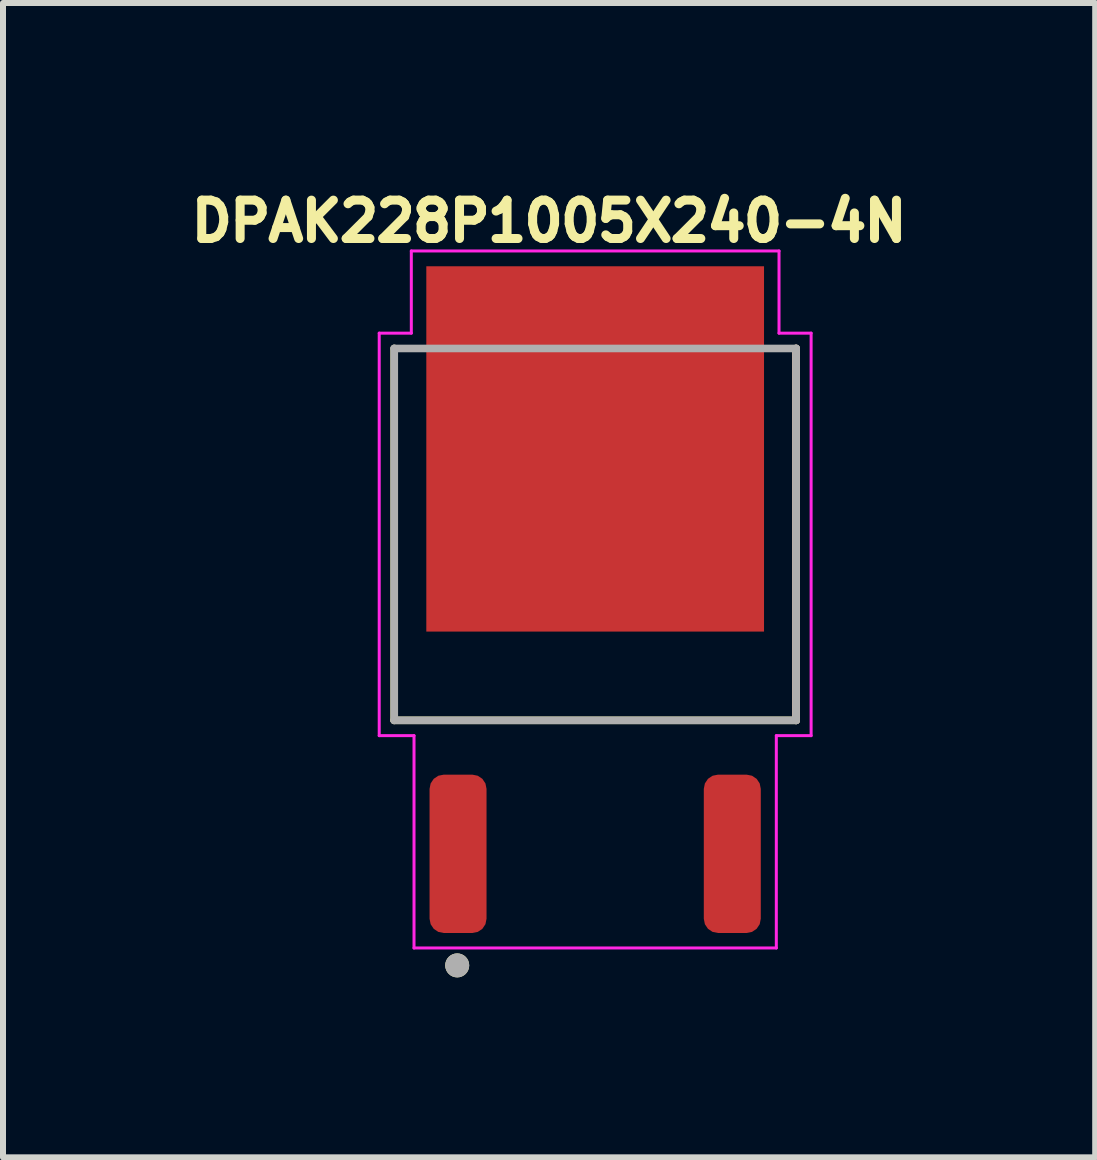
<source format=kicad_pcb>
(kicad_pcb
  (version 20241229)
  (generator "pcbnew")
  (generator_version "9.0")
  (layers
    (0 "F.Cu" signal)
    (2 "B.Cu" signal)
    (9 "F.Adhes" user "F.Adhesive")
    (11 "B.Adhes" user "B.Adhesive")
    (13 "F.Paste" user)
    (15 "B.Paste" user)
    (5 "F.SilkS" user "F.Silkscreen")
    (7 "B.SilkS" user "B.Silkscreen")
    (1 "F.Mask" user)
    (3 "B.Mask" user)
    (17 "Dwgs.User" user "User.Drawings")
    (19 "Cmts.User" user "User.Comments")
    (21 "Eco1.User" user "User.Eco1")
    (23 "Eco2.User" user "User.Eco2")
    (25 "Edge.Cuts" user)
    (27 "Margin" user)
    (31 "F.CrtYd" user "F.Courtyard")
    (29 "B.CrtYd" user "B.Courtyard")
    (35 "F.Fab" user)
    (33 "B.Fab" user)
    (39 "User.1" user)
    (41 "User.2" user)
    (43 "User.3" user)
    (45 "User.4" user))
  (footprint "DPAK228P1005X240-4N"
    (layer "F.Cu")
    (at 6.872 6.944)
    (property "Reference" "DPAK228P1005X240-4N" (at -0.768 -6.306 0) (layer "F.SilkS") (effects (font (size 0.64 0.64) (thickness 0.15))))
    (attr smd)
    (fp_line (start -3.35 -4.185) (end -3.35 2.015) (stroke (width 0.127) (type solid)) (layer "F.SilkS"))
    (fp_line (start -3.35 2.015) (end 3.35 2.015) (stroke (width 0.127) (type solid)) (layer "F.SilkS"))
    (fp_line (start 3.35 2.015) (end 3.35 -4.185) (stroke (width 0.127) (type solid)) (layer "F.SilkS"))
    (fp_circle (center -2.3 6.1) (end -2.2 6.1) (stroke (width 0.2) (type solid)) (fill no) (layer "F.SilkS"))
    (fp_line (start 3.35 -4.185) (end 3.35 2.015) (stroke (width 0.127) (type solid)) (layer "B.SilkS"))
    (fp_poly (pts (xy -2.535 -5.27) (xy -1.225 -5.27) (xy -1.225 -3.81) (xy -2.535 -3.81)) (stroke (width 0.01) (type solid)) (fill yes) (layer "F.Paste"))
    (fp_poly (pts (xy -2.535 -3.24) (xy -1.225 -3.24) (xy -1.225 -1.78) (xy -2.535 -1.78)) (stroke (width 0.01) (type solid)) (fill yes) (layer "F.Paste"))
    (fp_poly (pts (xy -2.535 -1.21) (xy -1.225 -1.21) (xy -1.225 0.25) (xy -2.535 0.25)) (stroke (width 0.01) (type solid)) (fill yes) (layer "F.Paste"))
    (fp_poly (pts (xy -0.655 -5.27) (xy 0.655 -5.27) (xy 0.655 -3.81) (xy -0.655 -3.81)) (stroke (width 0.01) (type solid)) (fill yes) (layer "F.Paste"))
    (fp_poly (pts (xy -0.655 -3.24) (xy 0.655 -3.24) (xy 0.655 -1.78) (xy -0.655 -1.78)) (stroke (width 0.01) (type solid)) (fill yes) (layer "F.Paste"))
    (fp_poly (pts (xy -0.655 -1.21) (xy 0.655 -1.21) (xy 0.655 0.25) (xy -0.655 0.25)) (stroke (width 0.01) (type solid)) (fill yes) (layer "F.Paste"))
    (fp_poly (pts (xy 1.225 -5.27) (xy 2.535 -5.27) (xy 2.535 -3.81) (xy 1.225 -3.81)) (stroke (width 0.01) (type solid)) (fill yes) (layer "F.Paste"))
    (fp_poly (pts (xy 1.225 -3.24) (xy 2.535 -3.24) (xy 2.535 -1.78) (xy 1.225 -1.78)) (stroke (width 0.01) (type solid)) (fill yes) (layer "F.Paste"))
    (fp_poly (pts (xy 1.225 -1.21) (xy 2.535 -1.21) (xy 2.535 0.25) (xy 1.225 0.25)) (stroke (width 0.01) (type solid)) (fill yes) (layer "F.Paste"))
    (fp_line (start -3.6 -4.44) (end -3.6 2.27) (stroke (width 0.05) (type solid)) (layer "F.CrtYd"))
    (fp_line (start -3.6 2.27) (end -3.02 2.27) (stroke (width 0.05) (type solid)) (layer "F.CrtYd"))
    (fp_line (start -3.065 -5.81) (end -3.065 -4.44) (stroke (width 0.05) (type solid)) (layer "F.CrtYd"))
    (fp_line (start -3.065 -5.81) (end 3.065 -5.81) (stroke (width 0.05) (type solid)) (layer "F.CrtYd"))
    (fp_line (start -3.065 -4.44) (end -3.6 -4.44) (stroke (width 0.05) (type solid)) (layer "F.CrtYd"))
    (fp_line (start -3.02 2.27) (end -3.02 5.81) (stroke (width 0.05) (type solid)) (layer "F.CrtYd"))
    (fp_line (start -3.02 5.81) (end 3.02 5.81) (stroke (width 0.05) (type solid)) (layer "F.CrtYd"))
    (fp_line (start 3.02 2.27) (end 3.02 5.81) (stroke (width 0.05) (type solid)) (layer "F.CrtYd"))
    (fp_line (start 3.065 -5.81) (end 3.065 -4.44) (stroke (width 0.05) (type solid)) (layer "F.CrtYd"))
    (fp_line (start 3.065 -4.44) (end 3.6 -4.44) (stroke (width 0.05) (type solid)) (layer "F.CrtYd"))
    (fp_line (start 3.6 -4.44) (end 3.6 2.27) (stroke (width 0.05) (type solid)) (layer "F.CrtYd"))
    (fp_line (start 3.6 2.27) (end 3.02 2.27) (stroke (width 0.05) (type solid)) (layer "F.CrtYd"))
    (fp_line (start -3.35 -4.185) (end 3.35 -4.185) (stroke (width 0.127) (type solid)) (layer "F.Fab"))
    (fp_line (start -3.35 2.015) (end -3.35 -4.185) (stroke (width 0.127) (type solid)) (layer "F.Fab"))
    (fp_line (start 3.35 -4.185) (end 3.35 2.015) (stroke (width 0.127) (type solid)) (layer "F.Fab"))
    (fp_line (start 3.35 2.015) (end -3.35 2.015) (stroke (width 0.127) (type solid)) (layer "F.Fab"))
    (fp_circle (center -2.3 6.1) (end -2.2 6.1) (stroke (width 0.2) (type solid)) (fill no) (layer "F.Fab"))
    (pad "1" smd roundrect (at -2.286 4.24) (size 0.95 2.64) (layers "F.Cu" "F.Mask" "F.Paste") (roundrect_rratio 0.25))
    (pad "2" smd rect (at 0 -2.51) (size 5.63 6.09) (layers "F.Cu" "F.Mask"))
    (pad "3" smd roundrect (at 2.286 4.24) (size 0.95 2.64) (layers "F.Cu" "F.Mask" "F.Paste") (roundrect_rratio 0.25)))
  (gr_rect
    (start -3 -3)
    (end 15.208 16.244)
    (stroke (width 0.1) (type default))
    (fill no)
    (layer "Edge.Cuts")))
</source>
